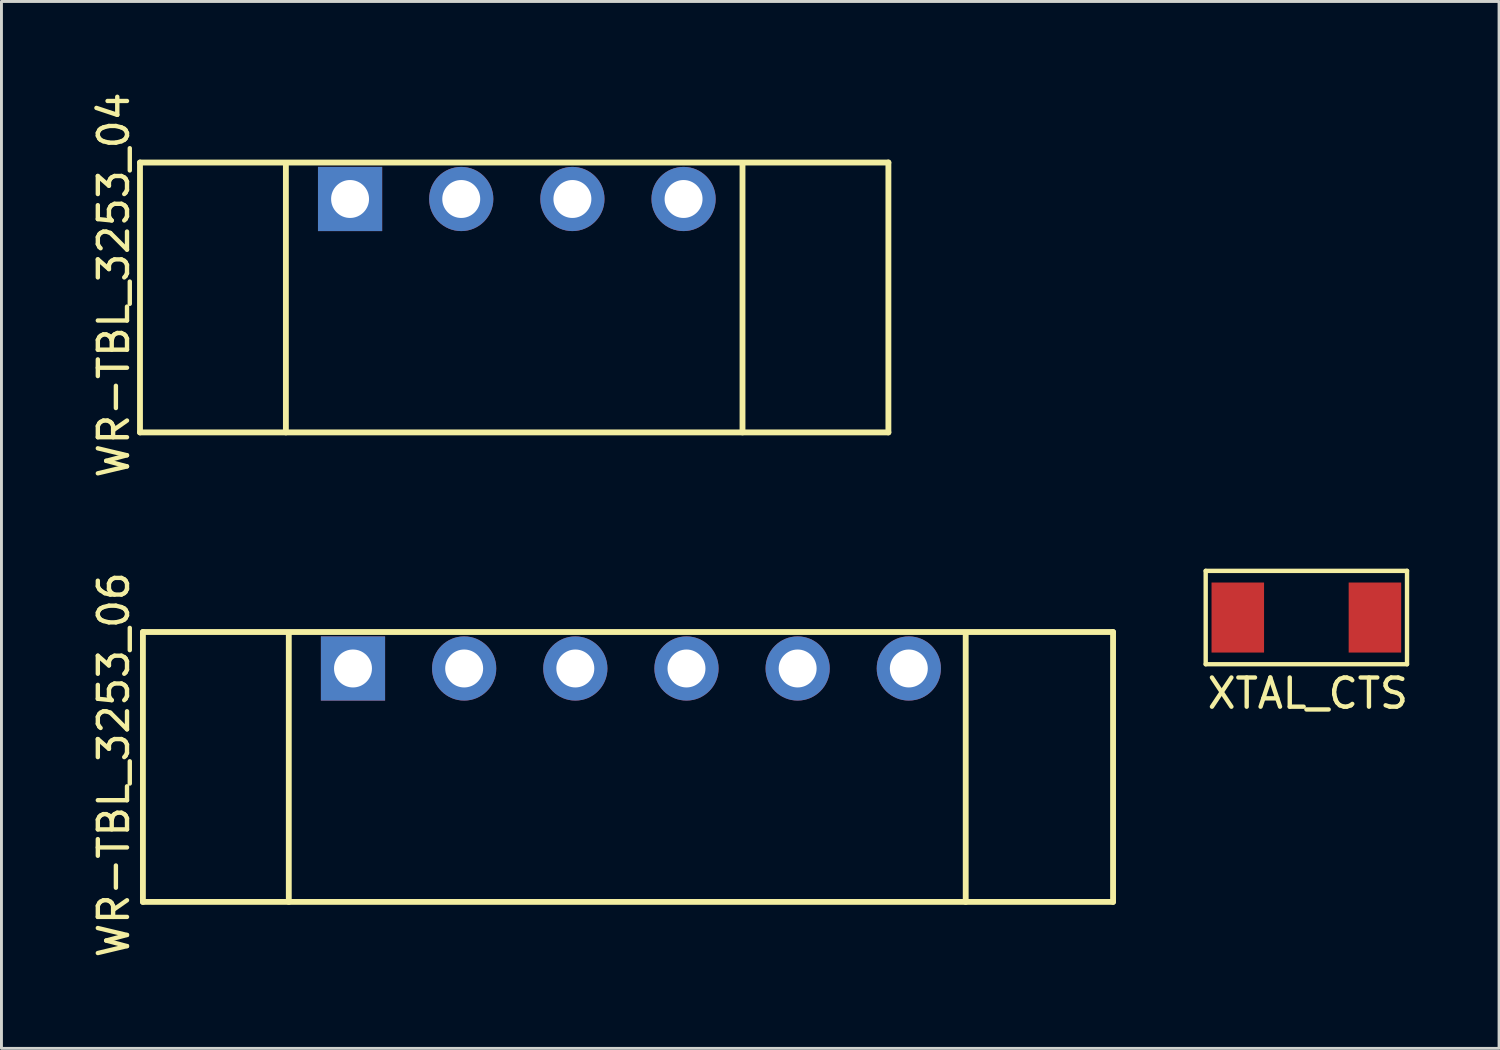
<source format=kicad_pcb>
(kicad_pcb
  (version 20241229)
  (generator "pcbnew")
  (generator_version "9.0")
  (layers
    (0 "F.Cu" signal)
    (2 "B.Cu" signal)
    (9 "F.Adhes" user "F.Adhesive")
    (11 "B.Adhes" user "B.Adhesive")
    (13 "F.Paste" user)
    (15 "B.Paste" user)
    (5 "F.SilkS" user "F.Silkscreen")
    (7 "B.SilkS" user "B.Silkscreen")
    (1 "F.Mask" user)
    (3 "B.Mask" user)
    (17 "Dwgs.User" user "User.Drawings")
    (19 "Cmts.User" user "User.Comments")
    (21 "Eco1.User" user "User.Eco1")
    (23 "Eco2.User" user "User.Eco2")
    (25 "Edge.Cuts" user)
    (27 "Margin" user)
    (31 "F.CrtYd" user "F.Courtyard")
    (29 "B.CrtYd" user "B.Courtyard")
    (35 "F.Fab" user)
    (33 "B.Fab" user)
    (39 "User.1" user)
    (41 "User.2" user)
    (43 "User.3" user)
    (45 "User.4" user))
  (footprint "WR-TBL_3253_04"
    (layer "F.Cu")
    (at 14.698 3.67)
    (property "Reference" "WR-TBL_3253_04" (at -13.85 3.05 90) (layer "F.SilkS") (effects (font (size 1 1) (thickness 0.15))))
    (attr through_hole)
    (fp_line (start -12.95 -1.15) (end 12.7 -1.15) (stroke (width 0.2) (type solid)) (layer "F.SilkS"))
    (fp_line (start -12.95 8.1) (end -12.95 -1.15) (stroke (width 0.2) (type solid)) (layer "F.SilkS"))
    (fp_line (start -7.95 -1.1) (end -7.95 8.1) (stroke (width 0.2) (type solid)) (layer "F.SilkS"))
    (fp_line (start 7.7 -1.1) (end 7.7 8.1) (stroke (width 0.2) (type solid)) (layer "F.SilkS"))
    (fp_line (start 12.7 -1.15) (end 12.7 8.1) (stroke (width 0.2) (type solid)) (layer "F.SilkS"))
    (fp_line (start 12.7 8.1) (end -12.95 8.1) (stroke (width 0.2) (type solid)) (layer "F.SilkS"))
    (pad "1" thru_hole rect (at -5.75 0.1) (size 2.2 2.2) (drill 1.3) (layers "*.Cu" "*.Mask"))
    (pad "2" thru_hole circle (at -1.94 0.1) (size 2.2 2.2) (drill 1.3) (layers "*.Cu" "*.Mask"))
    (pad "3" thru_hole circle (at 1.87 0.1) (size 2.2 2.2) (drill 1.3) (layers "*.Cu" "*.Mask"))
    (pad "4" thru_hole circle (at 5.68 0.1) (size 2.2 2.2) (drill 1.3) (layers "*.Cu" "*.Mask")))
  (footprint "WR-TBL_3253_06"
    (layer "F.Cu")
    (at 18.448 19.661)
    (property "Reference" "WR-TBL_3253_06" (at -17.6 3.5 90) (layer "F.SilkS") (effects (font (size 1 1) (thickness 0.15))))
    (attr through_hole)
    (fp_line (start -16.6 -1.05) (end 16.65 -1.05) (stroke (width 0.2) (type solid)) (layer "F.SilkS"))
    (fp_line (start -16.6 8.2) (end -16.6 -1.05) (stroke (width 0.2) (type solid)) (layer "F.SilkS"))
    (fp_line (start -11.6 -1) (end -11.6 8.2) (stroke (width 0.2) (type solid)) (layer "F.SilkS"))
    (fp_line (start 11.6 -1) (end 11.6 8.2) (stroke (width 0.2) (type solid)) (layer "F.SilkS"))
    (fp_line (start 16.65 -1.05) (end 16.65 8.2) (stroke (width 0.2) (type solid)) (layer "F.SilkS"))
    (fp_line (start 16.65 8.2) (end -16.6 8.2) (stroke (width 0.2) (type solid)) (layer "F.SilkS"))
    (pad "1" thru_hole rect (at -9.4 0.2) (size 2.2 2.2) (drill 1.3) (layers "*.Cu" "*.Mask"))
    (pad "2" thru_hole circle (at -5.59 0.2) (size 2.2 2.2) (drill 1.3) (layers "*.Cu" "*.Mask"))
    (pad "3" thru_hole circle (at -1.78 0.2) (size 2.2 2.2) (drill 1.3) (layers "*.Cu" "*.Mask"))
    (pad "4" thru_hole circle (at 2.03 0.2) (size 2.2 2.2) (drill 1.3) (layers "*.Cu" "*.Mask"))
    (pad "5" thru_hole circle (at 5.84 0.2) (size 2.2 2.2) (drill 1.3) (layers "*.Cu" "*.Mask"))
    (pad "6" thru_hole circle (at 9.65 0.2) (size 2.2 2.2) (drill 1.3) (layers "*.Cu" "*.Mask")))
  (footprint "XTAL_CTS"
    (layer "F.Cu")
    (at 41.673 18.115)
    (property "Reference" "XTAL_CTS" (at 0.1 2.6 0) (layer "F.SilkS") (effects (font (size 1 1) (thickness 0.15))))
    (attr through_hole)
    (fp_line (start -3.4 -1.6) (end -3.4 1.6) (stroke (width 0.15) (type solid)) (layer "F.SilkS"))
    (fp_line (start -3.4 1.6) (end 3.5 1.6) (stroke (width 0.15) (type solid)) (layer "F.SilkS"))
    (fp_line (start 3.5 -1.6) (end -3.4 -1.6) (stroke (width 0.15) (type solid)) (layer "F.SilkS"))
    (fp_line (start 3.5 1.6) (end 3.5 -1.6) (stroke (width 0.15) (type solid)) (layer "F.SilkS"))
    (pad "1" smd rect (at -2.3 0) (size 1.8 2.4) (layers "F.Cu" "F.Mask" "F.Paste"))
    (pad "2" smd rect (at 2.4 0) (size 1.8 2.4) (layers "F.Cu" "F.Mask" "F.Paste")))
  (gr_rect
    (start -3 -3)
    (end 48.327 32.881)
    (stroke (width 0.1) (type default))
    (fill no)
    (layer "Edge.Cuts")))
</source>
